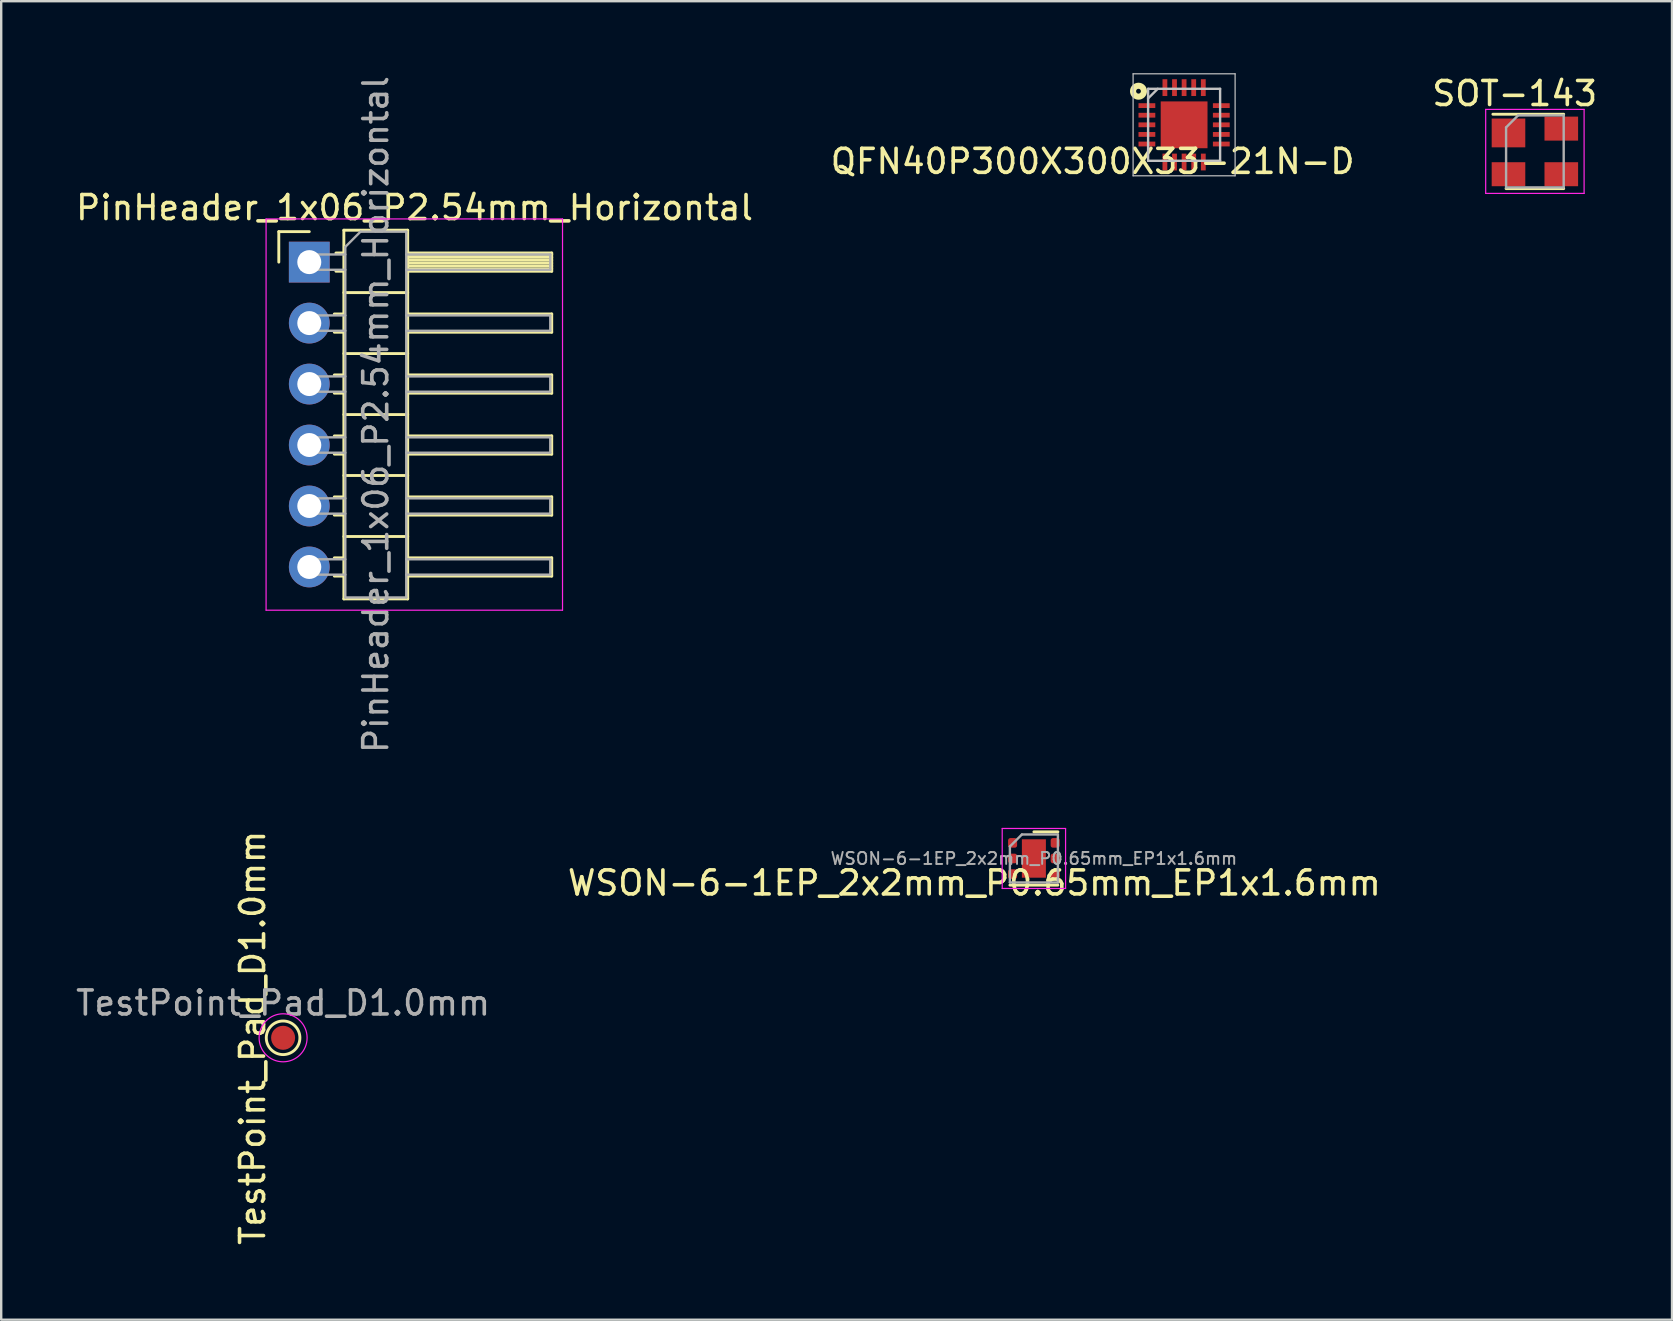
<source format=kicad_pcb>
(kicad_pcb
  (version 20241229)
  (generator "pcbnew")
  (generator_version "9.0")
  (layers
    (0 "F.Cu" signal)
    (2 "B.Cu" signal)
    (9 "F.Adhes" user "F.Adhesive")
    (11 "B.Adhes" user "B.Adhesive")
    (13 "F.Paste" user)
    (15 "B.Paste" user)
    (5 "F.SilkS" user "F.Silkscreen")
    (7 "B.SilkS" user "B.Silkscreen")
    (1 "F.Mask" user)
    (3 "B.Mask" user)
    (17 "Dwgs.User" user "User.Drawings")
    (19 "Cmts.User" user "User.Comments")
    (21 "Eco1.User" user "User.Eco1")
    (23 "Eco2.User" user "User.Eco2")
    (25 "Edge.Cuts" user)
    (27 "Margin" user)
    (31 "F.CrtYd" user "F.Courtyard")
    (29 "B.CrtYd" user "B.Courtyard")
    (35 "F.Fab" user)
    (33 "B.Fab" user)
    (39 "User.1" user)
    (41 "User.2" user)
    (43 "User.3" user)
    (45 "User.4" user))
  (footprint "SOT-143"
    (layer "F.Cu")
    (at 60.894 3.258)
    (property "Reference" "SOT-143" (at -0.84 -2.41 180) (layer "F.SilkS") (effects (font (size 1 1) (thickness 0.15))))
    (attr smd)
    (fp_line (start -1.2 1.55) (end 1.2 1.55) (stroke (width 0.12) (type solid)) (layer "F.SilkS"))
    (fp_line (start 1.2 -1.55) (end -1.75 -1.55) (stroke (width 0.12) (type solid)) (layer "F.SilkS"))
    (fp_line (start -2.05 1.75) (end -2.05 -1.75) (stroke (width 0.05) (type solid)) (layer "F.CrtYd"))
    (fp_line (start -2.05 1.75) (end 2.05 1.75) (stroke (width 0.05) (type solid)) (layer "F.CrtYd"))
    (fp_line (start 2.05 -1.75) (end -2.05 -1.75) (stroke (width 0.05) (type solid)) (layer "F.CrtYd"))
    (fp_line (start 2.05 -1.75) (end 2.05 1.75) (stroke (width 0.05) (type solid)) (layer "F.CrtYd"))
    (fp_line (start -1.2 -1) (end -0.7 -1.5) (stroke (width 0.1) (type solid)) (layer "F.Fab"))
    (fp_line (start -1.2 1.5) (end -1.2 -1) (stroke (width 0.1) (type solid)) (layer "F.Fab"))
    (fp_line (start -0.7 -1.5) (end 1.2 -1.5) (stroke (width 0.1) (type solid)) (layer "F.Fab"))
    (fp_line (start 1.2 -1.5) (end 1.2 1.5) (stroke (width 0.1) (type solid)) (layer "F.Fab"))
    (fp_line (start 1.2 1.5) (end -1.2 1.5) (stroke (width 0.1) (type solid)) (layer "F.Fab"))
    (pad "1" smd rect (at -1.1 -0.77 270) (size 1.2 1.4) (layers "F.Cu" "F.Mask" "F.Paste"))
    (pad "2" smd rect (at -1.1 0.95 270) (size 1 1.4) (layers "F.Cu" "F.Mask" "F.Paste"))
    (pad "3" smd rect (at 1.1 0.95 270) (size 1 1.4) (layers "F.Cu" "F.Mask" "F.Paste"))
    (pad "4" smd rect (at 1.1 -0.95 270) (size 1 1.4) (layers "F.Cu" "F.Mask" "F.Paste")))
  (footprint "QFN40P300X300X33-21N-D"
    (layer "F.Cu")
    (at 46.28 2.15)
    (property "Reference" "QFN40P300X300X33-21N-D" (at -3.81 1.524 180) (layer "F.SilkS") (effects (font (size 1 1) (thickness 0.15))))
    (attr smd)
    (fp_circle (center -1.9 -1.4) (end -1.8 -1.4) (stroke (width 0.254) (type solid)) (fill no) (layer "F.SilkS"))
    (fp_line (start -2.125 -2.125) (end 2.125 -2.125) (stroke (width 0.05) (type solid)) (layer "Dwgs.User"))
    (fp_line (start -2.125 2.125) (end -2.125 -2.125) (stroke (width 0.05) (type solid)) (layer "Dwgs.User"))
    (fp_line (start -1.5 -1.5) (end 1.5 -1.5) (stroke (width 0.1) (type solid)) (layer "Dwgs.User"))
    (fp_line (start -1.5 -1.1) (end -1.1 -1.5) (stroke (width 0.1) (type solid)) (layer "Dwgs.User"))
    (fp_line (start -1.5 1.5) (end -1.5 -1.5) (stroke (width 0.1) (type solid)) (layer "Dwgs.User"))
    (fp_line (start 1.5 -1.5) (end 1.5 1.5) (stroke (width 0.1) (type solid)) (layer "Dwgs.User"))
    (fp_line (start 1.5 1.5) (end -1.5 1.5) (stroke (width 0.1) (type solid)) (layer "Dwgs.User"))
    (fp_line (start 2.125 -2.125) (end 2.125 2.125) (stroke (width 0.05) (type solid)) (layer "Dwgs.User"))
    (fp_line (start 2.125 2.125) (end -2.125 2.125) (stroke (width 0.05) (type solid)) (layer "Dwgs.User"))
    (pad "1" smd rect (at -1.55 -0.8 90) (size 0.2 0.7) (layers "F.Cu" "F.Mask" "F.Paste"))
    (pad "2" smd rect (at -1.55 -0.4 90) (size 0.2 0.7) (layers "F.Cu" "F.Mask" "F.Paste"))
    (pad "3" smd rect (at -1.55 0 90) (size 0.2 0.7) (layers "F.Cu" "F.Mask" "F.Paste"))
    (pad "4" smd rect (at -1.55 0.4 90) (size 0.2 0.7) (layers "F.Cu" "F.Mask" "F.Paste"))
    (pad "5" smd rect (at -1.55 0.8 90) (size 0.2 0.7) (layers "F.Cu" "F.Mask" "F.Paste"))
    (pad "6" smd rect (at -0.8 1.55) (size 0.2 0.7) (layers "F.Cu" "F.Mask" "F.Paste"))
    (pad "7" smd rect (at -0.4 1.55) (size 0.2 0.7) (layers "F.Cu" "F.Mask" "F.Paste"))
    (pad "8" smd rect (at 0 1.55) (size 0.2 0.7) (layers "F.Cu" "F.Mask" "F.Paste"))
    (pad "9" smd rect (at 0.4 1.55) (size 0.2 0.7) (layers "F.Cu" "F.Mask" "F.Paste"))
    (pad "10" smd rect (at 0.8 1.55) (size 0.2 0.7) (layers "F.Cu" "F.Mask" "F.Paste"))
    (pad "11" smd rect (at 1.55 0.8 90) (size 0.2 0.7) (layers "F.Cu" "F.Mask" "F.Paste"))
    (pad "12" smd rect (at 1.55 0.4 90) (size 0.2 0.7) (layers "F.Cu" "F.Mask" "F.Paste"))
    (pad "13" smd rect (at 1.55 0 90) (size 0.2 0.7) (layers "F.Cu" "F.Mask" "F.Paste"))
    (pad "14" smd rect (at 1.55 -0.4 90) (size 0.2 0.7) (layers "F.Cu" "F.Mask" "F.Paste"))
    (pad "15" smd rect (at 1.55 -0.8 90) (size 0.2 0.7) (layers "F.Cu" "F.Mask" "F.Paste"))
    (pad "16" smd rect (at 0.8 -1.55) (size 0.2 0.7) (layers "F.Cu" "F.Mask" "F.Paste"))
    (pad "17" smd rect (at 0.4 -1.55) (size 0.2 0.7) (layers "F.Cu" "F.Mask" "F.Paste"))
    (pad "18" smd rect (at 0 -1.55) (size 0.2 0.7) (layers "F.Cu" "F.Mask" "F.Paste"))
    (pad "19" smd rect (at -0.4 -1.55) (size 0.2 0.7) (layers "F.Cu" "F.Mask" "F.Paste"))
    (pad "20" smd rect (at -0.8 -1.55) (size 0.2 0.7) (layers "F.Cu" "F.Mask" "F.Paste"))
    (pad "21" smd rect (at 0 0) (size 1.95 1.95) (layers "F.Cu" "F.Mask" "F.Paste")))
  (footprint "TestPoint_Pad_D1.0mm"
    (layer "F.Cu")
    (at 8.744 40.185)
    (property "Reference" "TestPoint_Pad_D1.0mm" (at -1.27 0 90) (layer "F.SilkS") (effects (font (size 1 1) (thickness 0.15))))
    (attr exclude_from_pos_files exclude_from_bom)
    (fp_circle (center 0 0) (end 0 0.7) (stroke (width 0.12) (type solid)) (fill no) (layer "F.SilkS"))
    (fp_circle (center 0 0) (end 1 0) (stroke (width 0.05) (type solid)) (fill no) (layer "F.CrtYd"))
    (fp_text user "${REFERENCE}" (at 0 -1.45 0) (layer "F.Fab") (effects (font (size 1 1) (thickness 0.15))))
    (pad "1" smd circle (at 0 0) (size 1 1) (layers "F.Cu" "F.Mask")))
  (footprint "WSON-6-1EP_2x2mm_P0.65mm_EP1x1.6mm"
    (layer "F.Cu")
    (at 40.022 32.715)
    (property "Reference" "WSON-6-1EP_2x2mm_P0.65mm_EP1x1.6mm" (at -2.48 1.02 180) (layer "F.SilkS") (effects (font (size 1 1) (thickness 0.15))))
    (attr smd)
    (fp_line (start -1 1.11) (end 1 1.11) (stroke (width 0.12) (type solid)) (layer "F.SilkS"))
    (fp_line (start 0 -1.11) (end 1 -1.11) (stroke (width 0.12) (type solid)) (layer "F.SilkS"))
    (fp_line (start -1.32 -1.25) (end -1.32 1.25) (stroke (width 0.05) (type solid)) (layer "F.CrtYd"))
    (fp_line (start -1.32 1.25) (end 1.32 1.25) (stroke (width 0.05) (type solid)) (layer "F.CrtYd"))
    (fp_line (start 1.32 -1.25) (end -1.32 -1.25) (stroke (width 0.05) (type solid)) (layer "F.CrtYd"))
    (fp_line (start 1.32 1.25) (end 1.32 -1.25) (stroke (width 0.05) (type solid)) (layer "F.CrtYd"))
    (fp_line (start -1 -0.5) (end -0.5 -1) (stroke (width 0.1) (type solid)) (layer "F.Fab"))
    (fp_line (start -1 1) (end -1 -0.5) (stroke (width 0.1) (type solid)) (layer "F.Fab"))
    (fp_line (start -0.5 -1) (end 1 -1) (stroke (width 0.1) (type solid)) (layer "F.Fab"))
    (fp_line (start 1 -1) (end 1 1) (stroke (width 0.1) (type solid)) (layer "F.Fab"))
    (fp_line (start 1 1) (end -1 1) (stroke (width 0.1) (type solid)) (layer "F.Fab"))
    (fp_text user "${REFERENCE}" (at 0 0 180) (layer "F.Fab") (effects (font (size 0.5 0.5) (thickness 0.08))))
    (pad "" smd roundrect (at 0 -0.4) (size 0.81 0.64) (layers "F.Paste") (roundrect_rratio 0.25))
    (pad "" smd roundrect (at 0 0.4) (size 0.81 0.64) (layers "F.Paste") (roundrect_rratio 0.25))
    (pad "1" smd roundrect (at -0.887 -0.65) (size 0.375 0.4) (layers "F.Cu" "F.Mask" "F.Paste") (roundrect_rratio 0.25))
    (pad "2" smd roundrect (at -0.887 0) (size 0.375 0.4) (layers "F.Cu" "F.Mask" "F.Paste") (roundrect_rratio 0.25))
    (pad "3" smd roundrect (at -0.887 0.65) (size 0.375 0.4) (layers "F.Cu" "F.Mask" "F.Paste") (roundrect_rratio 0.25))
    (pad "4" smd roundrect (at 0.887 0.65) (size 0.375 0.4) (layers "F.Cu" "F.Mask" "F.Paste") (roundrect_rratio 0.25))
    (pad "5" smd roundrect (at 0.887 0) (size 0.375 0.4) (layers "F.Cu" "F.Mask" "F.Paste") (roundrect_rratio 0.25))
    (pad "6" smd roundrect (at 0.887 -0.65) (size 0.375 0.4) (layers "F.Cu" "F.Mask" "F.Paste") (roundrect_rratio 0.25))
    (pad "7" smd rect (at 0 0) (size 1 1.6) (layers "F.Cu" "F.Mask")))
  (footprint "PinHeader_1x06_P2.54mm_Horizontal"
    (layer "F.Cu")
    (at 9.835 7.87)
    (property "Reference" "PinHeader_1x06_P2.54mm_Horizontal" (at 4.385 -2.27 0) (layer "F.SilkS") (effects (font (size 1 1) (thickness 0.15))))
    (attr through_hole)
    (fp_line (start -1.27 -1.27) (end 0 -1.27) (stroke (width 0.12) (type solid)) (layer "F.SilkS"))
    (fp_line (start -1.27 0) (end -1.27 -1.27) (stroke (width 0.12) (type solid)) (layer "F.SilkS"))
    (fp_line (start 1.043 2.16) (end 1.44 2.16) (stroke (width 0.12) (type solid)) (layer "F.SilkS"))
    (fp_line (start 1.043 2.92) (end 1.44 2.92) (stroke (width 0.12) (type solid)) (layer "F.SilkS"))
    (fp_line (start 1.043 4.7) (end 1.44 4.7) (stroke (width 0.12) (type solid)) (layer "F.SilkS"))
    (fp_line (start 1.043 5.46) (end 1.44 5.46) (stroke (width 0.12) (type solid)) (layer "F.SilkS"))
    (fp_line (start 1.043 7.24) (end 1.44 7.24) (stroke (width 0.12) (type solid)) (layer "F.SilkS"))
    (fp_line (start 1.043 8) (end 1.44 8) (stroke (width 0.12) (type solid)) (layer "F.SilkS"))
    (fp_line (start 1.043 9.78) (end 1.44 9.78) (stroke (width 0.12) (type solid)) (layer "F.SilkS"))
    (fp_line (start 1.043 10.54) (end 1.44 10.54) (stroke (width 0.12) (type solid)) (layer "F.SilkS"))
    (fp_line (start 1.043 12.32) (end 1.44 12.32) (stroke (width 0.12) (type solid)) (layer "F.SilkS"))
    (fp_line (start 1.043 13.08) (end 1.44 13.08) (stroke (width 0.12) (type solid)) (layer "F.SilkS"))
    (fp_line (start 1.11 -0.38) (end 1.44 -0.38) (stroke (width 0.12) (type solid)) (layer "F.SilkS"))
    (fp_line (start 1.11 0.38) (end 1.44 0.38) (stroke (width 0.12) (type solid)) (layer "F.SilkS"))
    (fp_line (start 1.44 -1.33) (end 1.44 14.03) (stroke (width 0.12) (type solid)) (layer "F.SilkS"))
    (fp_line (start 1.44 1.27) (end 4.1 1.27) (stroke (width 0.12) (type solid)) (layer "F.SilkS"))
    (fp_line (start 1.44 3.81) (end 4.1 3.81) (stroke (width 0.12) (type solid)) (layer "F.SilkS"))
    (fp_line (start 1.44 6.35) (end 4.1 6.35) (stroke (width 0.12) (type solid)) (layer "F.SilkS"))
    (fp_line (start 1.44 8.89) (end 4.1 8.89) (stroke (width 0.12) (type solid)) (layer "F.SilkS"))
    (fp_line (start 1.44 11.43) (end 4.1 11.43) (stroke (width 0.12) (type solid)) (layer "F.SilkS"))
    (fp_line (start 1.44 14.03) (end 4.1 14.03) (stroke (width 0.12) (type solid)) (layer "F.SilkS"))
    (fp_line (start 4.1 -1.33) (end 1.44 -1.33) (stroke (width 0.12) (type solid)) (layer "F.SilkS"))
    (fp_line (start 4.1 -0.38) (end 10.1 -0.38) (stroke (width 0.12) (type solid)) (layer "F.SilkS"))
    (fp_line (start 4.1 -0.32) (end 10.1 -0.32) (stroke (width 0.12) (type solid)) (layer "F.SilkS"))
    (fp_line (start 4.1 -0.2) (end 10.1 -0.2) (stroke (width 0.12) (type solid)) (layer "F.SilkS"))
    (fp_line (start 4.1 -0.08) (end 10.1 -0.08) (stroke (width 0.12) (type solid)) (layer "F.SilkS"))
    (fp_line (start 4.1 0.04) (end 10.1 0.04) (stroke (width 0.12) (type solid)) (layer "F.SilkS"))
    (fp_line (start 4.1 0.16) (end 10.1 0.16) (stroke (width 0.12) (type solid)) (layer "F.SilkS"))
    (fp_line (start 4.1 0.28) (end 10.1 0.28) (stroke (width 0.12) (type solid)) (layer "F.SilkS"))
    (fp_line (start 4.1 2.16) (end 10.1 2.16) (stroke (width 0.12) (type solid)) (layer "F.SilkS"))
    (fp_line (start 4.1 4.7) (end 10.1 4.7) (stroke (width 0.12) (type solid)) (layer "F.SilkS"))
    (fp_line (start 4.1 7.24) (end 10.1 7.24) (stroke (width 0.12) (type solid)) (layer "F.SilkS"))
    (fp_line (start 4.1 9.78) (end 10.1 9.78) (stroke (width 0.12) (type solid)) (layer "F.SilkS"))
    (fp_line (start 4.1 12.32) (end 10.1 12.32) (stroke (width 0.12) (type solid)) (layer "F.SilkS"))
    (fp_line (start 4.1 14.03) (end 4.1 -1.33) (stroke (width 0.12) (type solid)) (layer "F.SilkS"))
    (fp_line (start 10.1 -0.38) (end 10.1 0.38) (stroke (width 0.12) (type solid)) (layer "F.SilkS"))
    (fp_line (start 10.1 0.38) (end 4.1 0.38) (stroke (width 0.12) (type solid)) (layer "F.SilkS"))
    (fp_line (start 10.1 2.16) (end 10.1 2.92) (stroke (width 0.12) (type solid)) (layer "F.SilkS"))
    (fp_line (start 10.1 2.92) (end 4.1 2.92) (stroke (width 0.12) (type solid)) (layer "F.SilkS"))
    (fp_line (start 10.1 4.7) (end 10.1 5.46) (stroke (width 0.12) (type solid)) (layer "F.SilkS"))
    (fp_line (start 10.1 5.46) (end 4.1 5.46) (stroke (width 0.12) (type solid)) (layer "F.SilkS"))
    (fp_line (start 10.1 7.24) (end 10.1 8) (stroke (width 0.12) (type solid)) (layer "F.SilkS"))
    (fp_line (start 10.1 8) (end 4.1 8) (stroke (width 0.12) (type solid)) (layer "F.SilkS"))
    (fp_line (start 10.1 9.78) (end 10.1 10.54) (stroke (width 0.12) (type solid)) (layer "F.SilkS"))
    (fp_line (start 10.1 10.54) (end 4.1 10.54) (stroke (width 0.12) (type solid)) (layer "F.SilkS"))
    (fp_line (start 10.1 12.32) (end 10.1 13.08) (stroke (width 0.12) (type solid)) (layer "F.SilkS"))
    (fp_line (start 10.1 13.08) (end 4.1 13.08) (stroke (width 0.12) (type solid)) (layer "F.SilkS"))
    (fp_line (start -1.8 -1.8) (end -1.8 14.5) (stroke (width 0.05) (type solid)) (layer "F.CrtYd"))
    (fp_line (start -1.8 14.5) (end 10.55 14.5) (stroke (width 0.05) (type solid)) (layer "F.CrtYd"))
    (fp_line (start 10.55 -1.8) (end -1.8 -1.8) (stroke (width 0.05) (type solid)) (layer "F.CrtYd"))
    (fp_line (start 10.55 14.5) (end 10.55 -1.8) (stroke (width 0.05) (type solid)) (layer "F.CrtYd"))
    (fp_line (start -0.32 -0.32) (end -0.32 0.32) (stroke (width 0.1) (type solid)) (layer "F.Fab"))
    (fp_line (start -0.32 -0.32) (end 1.5 -0.32) (stroke (width 0.1) (type solid)) (layer "F.Fab"))
    (fp_line (start -0.32 0.32) (end 1.5 0.32) (stroke (width 0.1) (type solid)) (layer "F.Fab"))
    (fp_line (start -0.32 2.22) (end -0.32 2.86) (stroke (width 0.1) (type solid)) (layer "F.Fab"))
    (fp_line (start -0.32 2.22) (end 1.5 2.22) (stroke (width 0.1) (type solid)) (layer "F.Fab"))
    (fp_line (start -0.32 2.86) (end 1.5 2.86) (stroke (width 0.1) (type solid)) (layer "F.Fab"))
    (fp_line (start -0.32 4.76) (end -0.32 5.4) (stroke (width 0.1) (type solid)) (layer "F.Fab"))
    (fp_line (start -0.32 4.76) (end 1.5 4.76) (stroke (width 0.1) (type solid)) (layer "F.Fab"))
    (fp_line (start -0.32 5.4) (end 1.5 5.4) (stroke (width 0.1) (type solid)) (layer "F.Fab"))
    (fp_line (start -0.32 7.3) (end -0.32 7.94) (stroke (width 0.1) (type solid)) (layer "F.Fab"))
    (fp_line (start -0.32 7.3) (end 1.5 7.3) (stroke (width 0.1) (type solid)) (layer "F.Fab"))
    (fp_line (start -0.32 7.94) (end 1.5 7.94) (stroke (width 0.1) (type solid)) (layer "F.Fab"))
    (fp_line (start -0.32 9.84) (end -0.32 10.48) (stroke (width 0.1) (type solid)) (layer "F.Fab"))
    (fp_line (start -0.32 9.84) (end 1.5 9.84) (stroke (width 0.1) (type solid)) (layer "F.Fab"))
    (fp_line (start -0.32 10.48) (end 1.5 10.48) (stroke (width 0.1) (type solid)) (layer "F.Fab"))
    (fp_line (start -0.32 12.38) (end -0.32 13.02) (stroke (width 0.1) (type solid)) (layer "F.Fab"))
    (fp_line (start -0.32 12.38) (end 1.5 12.38) (stroke (width 0.1) (type solid)) (layer "F.Fab"))
    (fp_line (start -0.32 13.02) (end 1.5 13.02) (stroke (width 0.1) (type solid)) (layer "F.Fab"))
    (fp_line (start 1.5 -0.635) (end 2.135 -1.27) (stroke (width 0.1) (type solid)) (layer "F.Fab"))
    (fp_line (start 1.5 13.97) (end 1.5 -0.635) (stroke (width 0.1) (type solid)) (layer "F.Fab"))
    (fp_line (start 2.135 -1.27) (end 4.04 -1.27) (stroke (width 0.1) (type solid)) (layer "F.Fab"))
    (fp_line (start 4.04 -1.27) (end 4.04 13.97) (stroke (width 0.1) (type solid)) (layer "F.Fab"))
    (fp_line (start 4.04 -0.32) (end 10.04 -0.32) (stroke (width 0.1) (type solid)) (layer "F.Fab"))
    (fp_line (start 4.04 0.32) (end 10.04 0.32) (stroke (width 0.1) (type solid)) (layer "F.Fab"))
    (fp_line (start 4.04 2.22) (end 10.04 2.22) (stroke (width 0.1) (type solid)) (layer "F.Fab"))
    (fp_line (start 4.04 2.86) (end 10.04 2.86) (stroke (width 0.1) (type solid)) (layer "F.Fab"))
    (fp_line (start 4.04 4.76) (end 10.04 4.76) (stroke (width 0.1) (type solid)) (layer "F.Fab"))
    (fp_line (start 4.04 5.4) (end 10.04 5.4) (stroke (width 0.1) (type solid)) (layer "F.Fab"))
    (fp_line (start 4.04 7.3) (end 10.04 7.3) (stroke (width 0.1) (type solid)) (layer "F.Fab"))
    (fp_line (start 4.04 7.94) (end 10.04 7.94) (stroke (width 0.1) (type solid)) (layer "F.Fab"))
    (fp_line (start 4.04 9.84) (end 10.04 9.84) (stroke (width 0.1) (type solid)) (layer "F.Fab"))
    (fp_line (start 4.04 10.48) (end 10.04 10.48) (stroke (width 0.1) (type solid)) (layer "F.Fab"))
    (fp_line (start 4.04 12.38) (end 10.04 12.38) (stroke (width 0.1) (type solid)) (layer "F.Fab"))
    (fp_line (start 4.04 13.02) (end 10.04 13.02) (stroke (width 0.1) (type solid)) (layer "F.Fab"))
    (fp_line (start 4.04 13.97) (end 1.5 13.97) (stroke (width 0.1) (type solid)) (layer "F.Fab"))
    (fp_line (start 10.04 -0.32) (end 10.04 0.32) (stroke (width 0.1) (type solid)) (layer "F.Fab"))
    (fp_line (start 10.04 2.22) (end 10.04 2.86) (stroke (width 0.1) (type solid)) (layer "F.Fab"))
    (fp_line (start 10.04 4.76) (end 10.04 5.4) (stroke (width 0.1) (type solid)) (layer "F.Fab"))
    (fp_line (start 10.04 7.3) (end 10.04 7.94) (stroke (width 0.1) (type solid)) (layer "F.Fab"))
    (fp_line (start 10.04 9.84) (end 10.04 10.48) (stroke (width 0.1) (type solid)) (layer "F.Fab"))
    (fp_line (start 10.04 12.38) (end 10.04 13.02) (stroke (width 0.1) (type solid)) (layer "F.Fab"))
    (fp_text user "${REFERENCE}" (at 2.77 6.35 90) (layer "F.Fab") (effects (font (size 1 1) (thickness 0.15))))
    (pad "1" thru_hole rect (at 0 0) (size 1.7 1.7) (drill 1) (layers "*.Cu" "*.Mask"))
    (pad "2" thru_hole oval (at 0 2.54) (size 1.7 1.7) (drill 1) (layers "*.Cu" "*.Mask"))
    (pad "3" thru_hole oval (at 0 5.08) (size 1.7 1.7) (drill 1) (layers "*.Cu" "*.Mask"))
    (pad "4" thru_hole oval (at 0 7.62) (size 1.7 1.7) (drill 1) (layers "*.Cu" "*.Mask"))
    (pad "5" thru_hole oval (at 0 10.16) (size 1.7 1.7) (drill 1) (layers "*.Cu" "*.Mask"))
    (pad "6" thru_hole oval (at 0 12.7) (size 1.7 1.7) (drill 1) (layers "*.Cu" "*.Mask")))
  (gr_rect
    (start -3 -3)
    (end 66.607 51.929)
    (stroke (width 0.1) (type default))
    (fill no)
    (layer "Edge.Cuts")))
</source>
